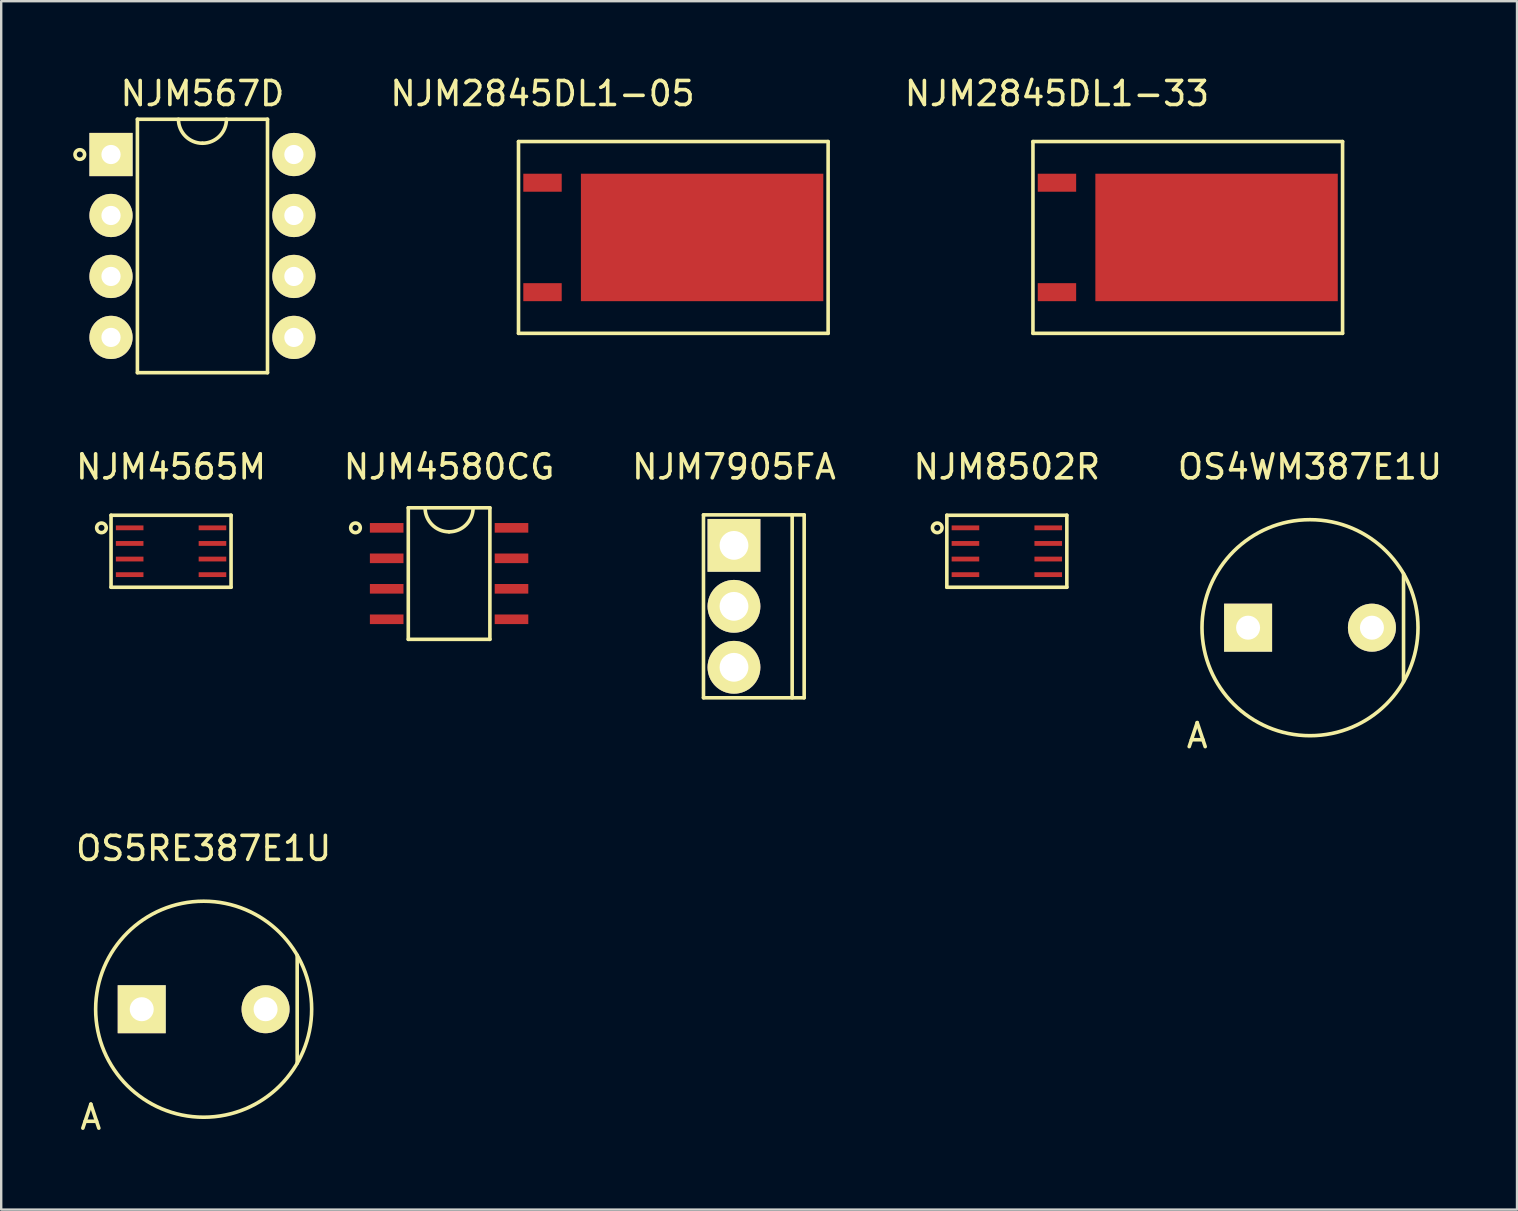
<source format=kicad_pcb>
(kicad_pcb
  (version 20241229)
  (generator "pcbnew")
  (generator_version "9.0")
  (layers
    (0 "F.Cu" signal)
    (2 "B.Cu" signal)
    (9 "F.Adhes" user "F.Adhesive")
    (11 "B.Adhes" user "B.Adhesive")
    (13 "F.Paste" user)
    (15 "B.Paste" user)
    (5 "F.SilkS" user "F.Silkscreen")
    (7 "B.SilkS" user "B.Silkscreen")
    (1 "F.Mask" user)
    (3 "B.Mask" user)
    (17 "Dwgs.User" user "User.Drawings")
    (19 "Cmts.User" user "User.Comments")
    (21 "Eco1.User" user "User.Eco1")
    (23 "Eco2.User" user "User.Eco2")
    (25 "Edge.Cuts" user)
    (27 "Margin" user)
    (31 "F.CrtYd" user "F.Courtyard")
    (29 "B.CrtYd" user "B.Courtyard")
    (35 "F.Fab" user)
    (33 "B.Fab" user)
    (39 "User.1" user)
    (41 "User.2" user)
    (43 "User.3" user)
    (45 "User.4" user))
  (footprint "NJM8502R"
    (layer "F.Cu")
    (at 37.174 18.942)
    (property "Reference" "NJM8502R" (at 1.725 -2.54 0) (layer "F.SilkS") (effects (font (size 1 1) (thickness 0.15))))
    (attr through_hole)
    (fp_line (start -0.775 -0.525) (end 4.225 -0.525) (stroke (width 0.15) (type solid)) (layer "F.SilkS"))
    (fp_line (start -0.775 2.475) (end -0.775 -0.525) (stroke (width 0.15) (type solid)) (layer "F.SilkS"))
    (fp_line (start 4.225 -0.525) (end 4.225 2.475) (stroke (width 0.15) (type solid)) (layer "F.SilkS"))
    (fp_line (start 4.225 2.475) (end -0.775 2.475) (stroke (width 0.15) (type solid)) (layer "F.SilkS"))
    (fp_circle (center -1.175 0) (end -1.175 0.2) (stroke (width 0.15) (type solid)) (fill no) (layer "F.SilkS"))
    (pad "1" smd rect (at 0 0) (size 1.15 0.2) (layers "F.Cu" "F.Mask" "F.Paste"))
    (pad "2" smd rect (at 0 0.65) (size 1.15 0.2) (layers "F.Cu" "F.Mask" "F.Paste"))
    (pad "3" smd rect (at 0 1.3) (size 1.15 0.2) (layers "F.Cu" "F.Mask" "F.Paste"))
    (pad "4" smd rect (at 0 1.95) (size 1.15 0.2) (layers "F.Cu" "F.Mask" "F.Paste"))
    (pad "5" smd rect (at 3.45 1.95) (size 1.15 0.2) (layers "F.Cu" "F.Mask" "F.Paste"))
    (pad "6" smd rect (at 3.45 1.3) (size 1.15 0.2) (layers "F.Cu" "F.Mask" "F.Paste"))
    (pad "7" smd rect (at 3.45 0.65) (size 1.15 0.2) (layers "F.Cu" "F.Mask" "F.Paste"))
    (pad "8" smd rect (at 3.45 0) (size 1.15 0.2) (layers "F.Cu" "F.Mask" "F.Paste")))
  (footprint "NJM567D"
    (layer "F.Cu")
    (at 1.575 3.388)
    (property "Reference" "NJM567D" (at 3.81 -2.54 0) (layer "F.SilkS") (effects (font (size 1 1) (thickness 0.15))))
    (attr through_hole)
    (fp_line (start 1.1 -1.47) (end 6.52 -1.47) (stroke (width 0.15) (type solid)) (layer "F.SilkS"))
    (fp_line (start 1.1 9.09) (end 1.1 -1.47) (stroke (width 0.15) (type solid)) (layer "F.SilkS"))
    (fp_line (start 6.52 -1.47) (end 6.52 9.09) (stroke (width 0.15) (type solid)) (layer "F.SilkS"))
    (fp_line (start 6.52 9.09) (end 1.1 9.09) (stroke (width 0.15) (type solid)) (layer "F.SilkS"))
    (fp_arc (start 3.81 -0.47) (mid 3.102893 -0.762893) (end 2.81 -1.47) (stroke (width 0.15) (type solid)) (layer "F.SilkS"))
    (fp_arc (start 4.81 -1.47) (mid 4.517107 -0.762893) (end 3.81 -0.47) (stroke (width 0.15) (type solid)) (layer "F.SilkS"))
    (fp_circle (center -1.3 0) (end -1.3 0.2) (stroke (width 0.15) (type solid)) (fill no) (layer "F.SilkS"))
    (pad "1" thru_hole rect (at 0 0) (size 1.8 1.8) (drill 0.8) (layers "*.Cu" "*.Mask" "F.SilkS"))
    (pad "2" thru_hole circle (at 0 2.54) (size 1.8 1.8) (drill 0.8) (layers "*.Cu" "*.Mask" "F.SilkS"))
    (pad "3" thru_hole circle (at 0 5.08) (size 1.8 1.8) (drill 0.8) (layers "*.Cu" "*.Mask" "F.SilkS"))
    (pad "4" thru_hole circle (at 0 7.62) (size 1.8 1.8) (drill 0.8) (layers "*.Cu" "*.Mask" "F.SilkS"))
    (pad "5" thru_hole circle (at 7.62 7.62) (size 1.8 1.8) (drill 0.8) (layers "*.Cu" "*.Mask" "F.SilkS"))
    (pad "6" thru_hole circle (at 7.62 5.08) (size 1.8 1.8) (drill 0.8) (layers "*.Cu" "*.Mask" "F.SilkS"))
    (pad "7" thru_hole circle (at 7.62 2.54) (size 1.8 1.8) (drill 0.8) (layers "*.Cu" "*.Mask" "F.SilkS"))
    (pad "8" thru_hole circle (at 7.62 0) (size 1.8 1.8) (drill 0.8) (layers "*.Cu" "*.Mask" "F.SilkS")))
  (footprint "OS5RE387E1U"
    (layer "F.Cu")
    (at 2.855 38.998)
    (property "Reference" "OS5RE387E1U" (at 2.58 -6.7 0) (layer "F.SilkS") (effects (font (size 1 1) (thickness 0.15))))
    (attr through_hole)
    (fp_line (start 6.477 2.25) (end 6.477 -2.25) (stroke (width 0.15) (type solid)) (layer "F.SilkS"))
    (fp_circle (center 2.58 0) (end 2.58 -4.5) (stroke (width 0.15) (type solid)) (fill no) (layer "F.SilkS"))
    (fp_text user "A" (at -2.12 4.5 0) (layer "F.SilkS") (effects (font (size 1 1) (thickness 0.15))))
    (pad "1" thru_hole rect (at 0 0) (size 2 2) (drill 1) (layers "*.Cu" "*.Mask" "F.SilkS"))
    (pad "2" thru_hole circle (at 5.16 0) (size 2 2) (drill 1) (layers "*.Cu" "*.Mask" "F.SilkS")))
  (footprint "NJM7905FA"
    (layer "F.Cu")
    (at 27.53 19.672)
    (property "Reference" "NJM7905FA" (at 0 -3.27 0) (layer "F.SilkS") (effects (font (size 1 1) (thickness 0.15))))
    (attr through_hole)
    (fp_line (start -1.27 -1.27) (end -1.27 6.35) (stroke (width 0.15) (type solid)) (layer "F.SilkS"))
    (fp_line (start -1.27 -1.27) (end 2.925 -1.27) (stroke (width 0.15) (type solid)) (layer "F.SilkS"))
    (fp_line (start -1.27 6.35) (end 2.925 6.35) (stroke (width 0.15) (type solid)) (layer "F.SilkS"))
    (fp_line (start 2.425 -1.27) (end 2.425 6.35) (stroke (width 0.15) (type solid)) (layer "F.SilkS"))
    (fp_line (start 2.925 -1.27) (end 2.925 6.35) (stroke (width 0.15) (type solid)) (layer "F.SilkS"))
    (pad "1" thru_hole rect (at 0 0) (size 2.2 2.2) (drill 1.2) (layers "*.Cu" "*.Mask" "F.SilkS"))
    (pad "2" thru_hole circle (at 0 2.54) (size 2.2 2.2) (drill 1.2) (layers "*.Cu" "*.Mask" "F.SilkS"))
    (pad "3" thru_hole circle (at 0 5.08) (size 2.2 2.2) (drill 1.2) (layers "*.Cu" "*.Mask" "F.SilkS")))
  (footprint "NJM4565M"
    (layer "F.Cu")
    (at 2.352 18.942)
    (property "Reference" "NJM4565M" (at 1.725 -2.54 0) (layer "F.SilkS") (effects (font (size 1 1) (thickness 0.15))))
    (attr through_hole)
    (fp_line (start -0.775 -0.525) (end 4.225 -0.525) (stroke (width 0.15) (type solid)) (layer "F.SilkS"))
    (fp_line (start -0.775 2.475) (end -0.775 -0.525) (stroke (width 0.15) (type solid)) (layer "F.SilkS"))
    (fp_line (start 4.225 -0.525) (end 4.225 2.475) (stroke (width 0.15) (type solid)) (layer "F.SilkS"))
    (fp_line (start 4.225 2.475) (end -0.775 2.475) (stroke (width 0.15) (type solid)) (layer "F.SilkS"))
    (fp_circle (center -1.175 0) (end -1.175 0.2) (stroke (width 0.15) (type solid)) (fill no) (layer "F.SilkS"))
    (pad "1" smd rect (at 0 0) (size 1.15 0.2) (layers "F.Cu" "F.Mask" "F.Paste"))
    (pad "2" smd rect (at 0 0.65) (size 1.15 0.2) (layers "F.Cu" "F.Mask" "F.Paste"))
    (pad "3" smd rect (at 0 1.3) (size 1.15 0.2) (layers "F.Cu" "F.Mask" "F.Paste"))
    (pad "4" smd rect (at 0 1.95) (size 1.15 0.2) (layers "F.Cu" "F.Mask" "F.Paste"))
    (pad "5" smd rect (at 3.45 1.95) (size 1.15 0.2) (layers "F.Cu" "F.Mask" "F.Paste"))
    (pad "6" smd rect (at 3.45 1.3) (size 1.15 0.2) (layers "F.Cu" "F.Mask" "F.Paste"))
    (pad "7" smd rect (at 3.45 0.65) (size 1.15 0.2) (layers "F.Cu" "F.Mask" "F.Paste"))
    (pad "8" smd rect (at 3.45 0) (size 1.15 0.2) (layers "F.Cu" "F.Mask" "F.Paste")))
  (footprint "NJM2845DL1-33"
    (layer "F.Cu")
    (at 40.987 4.563)
    (property "Reference" "NJM2845DL1-33" (at 0 -3.715 0) (layer "F.SilkS") (effects (font (size 1 1) (thickness 0.15))))
    (attr through_hole)
    (fp_line (start -1 -1.715) (end -1 6.275) (stroke (width 0.15) (type solid)) (layer "F.SilkS"))
    (fp_line (start -1 -1.715) (end 11.9 -1.715) (stroke (width 0.15) (type solid)) (layer "F.SilkS"))
    (fp_line (start -1 6.275) (end 11.9 6.275) (stroke (width 0.15) (type solid)) (layer "F.SilkS"))
    (fp_line (start 11.9 6.275) (end 11.9 -1.715) (stroke (width 0.15) (type solid)) (layer "F.SilkS"))
    (pad "1" smd rect (at 0 0) (size 1.6 0.75) (layers "F.Cu" "F.Mask" "F.Paste"))
    (pad "3" smd rect (at 0 4.56) (size 1.6 0.75) (layers "F.Cu" "F.Mask" "F.Paste"))
    (pad "4" smd rect (at 6.65 2.28) (size 10.1 5.31) (layers "F.Cu" "F.Mask" "F.Paste")))
  (footprint "NJM2845DL1-05"
    (layer "F.Cu")
    (at 19.553 4.563)
    (property "Reference" "NJM2845DL1-05" (at 0 -3.715 0) (layer "F.SilkS") (effects (font (size 1 1) (thickness 0.15))))
    (attr through_hole)
    (fp_line (start -1 -1.715) (end -1 6.275) (stroke (width 0.15) (type solid)) (layer "F.SilkS"))
    (fp_line (start -1 -1.715) (end 11.9 -1.715) (stroke (width 0.15) (type solid)) (layer "F.SilkS"))
    (fp_line (start -1 6.275) (end 11.9 6.275) (stroke (width 0.15) (type solid)) (layer "F.SilkS"))
    (fp_line (start 11.9 6.275) (end 11.9 -1.715) (stroke (width 0.15) (type solid)) (layer "F.SilkS"))
    (pad "1" smd rect (at 0 0) (size 1.6 0.75) (layers "F.Cu" "F.Mask" "F.Paste"))
    (pad "3" smd rect (at 0 4.56) (size 1.6 0.75) (layers "F.Cu" "F.Mask" "F.Paste"))
    (pad "4" smd rect (at 6.65 2.28) (size 10.1 5.31) (layers "F.Cu" "F.Mask" "F.Paste")))
  (footprint "OS4WM387E1U"
    (layer "F.Cu")
    (at 48.95 23.102)
    (property "Reference" "OS4WM387E1U" (at 2.58 -6.7 0) (layer "F.SilkS") (effects (font (size 1 1) (thickness 0.15))))
    (attr through_hole)
    (fp_line (start 6.477 2.25) (end 6.477 -2.25) (stroke (width 0.15) (type solid)) (layer "F.SilkS"))
    (fp_circle (center 2.58 0) (end 2.58 -4.5) (stroke (width 0.15) (type solid)) (fill no) (layer "F.SilkS"))
    (fp_text user "A" (at -2.12 4.5 0) (layer "F.SilkS") (effects (font (size 1 1) (thickness 0.15))))
    (pad "1" thru_hole rect (at 0 0) (size 2 2) (drill 1) (layers "*.Cu" "*.Mask" "F.SilkS"))
    (pad "2" thru_hole circle (at 5.16 0) (size 2 2) (drill 1) (layers "*.Cu" "*.Mask" "F.SilkS")))
  (footprint "NJM4580CG"
    (layer "F.Cu")
    (at 13.061 18.942)
    (property "Reference" "NJM4580CG" (at 2.6 -2.54 0) (layer "F.SilkS") (effects (font (size 1 1) (thickness 0.15))))
    (attr through_hole)
    (fp_line (start 0.9 -0.835) (end 4.3 -0.835) (stroke (width 0.15) (type solid)) (layer "F.SilkS"))
    (fp_line (start 0.9 4.645) (end 0.9 -0.835) (stroke (width 0.15) (type solid)) (layer "F.SilkS"))
    (fp_line (start 4.3 -0.835) (end 4.3 4.645) (stroke (width 0.15) (type solid)) (layer "F.SilkS"))
    (fp_line (start 4.3 4.645) (end 0.9 4.645) (stroke (width 0.15) (type solid)) (layer "F.SilkS"))
    (fp_arc (start 2.6 0.165) (mid 1.892893 -0.127893) (end 1.6 -0.835) (stroke (width 0.15) (type solid)) (layer "F.SilkS"))
    (fp_arc (start 3.6 -0.835) (mid 3.307107 -0.127893) (end 2.6 0.165) (stroke (width 0.15) (type solid)) (layer "F.SilkS"))
    (fp_circle (center -1.3 0) (end -1.3 0.2) (stroke (width 0.15) (type solid)) (fill no) (layer "F.SilkS"))
    (pad "1" smd rect (at 0 0) (size 1.4 0.4) (layers "F.Cu" "F.Mask" "F.Paste"))
    (pad "2" smd rect (at 0 1.27) (size 1.4 0.4) (layers "F.Cu" "F.Mask" "F.Paste"))
    (pad "3" smd rect (at 0 2.54) (size 1.4 0.4) (layers "F.Cu" "F.Mask" "F.Paste"))
    (pad "4" smd rect (at 0 3.81) (size 1.4 0.4) (layers "F.Cu" "F.Mask" "F.Paste"))
    (pad "5" smd rect (at 5.2 3.81) (size 1.4 0.4) (layers "F.Cu" "F.Mask" "F.Paste"))
    (pad "6" smd rect (at 5.2 2.54) (size 1.4 0.4) (layers "F.Cu" "F.Mask" "F.Paste"))
    (pad "7" smd rect (at 5.2 1.27) (size 1.4 0.4) (layers "F.Cu" "F.Mask" "F.Paste"))
    (pad "8" smd rect (at 5.2 0) (size 1.4 0.4) (layers "F.Cu" "F.Mask" "F.Paste")))
  (gr_rect
    (start -3 -3)
    (end 60.155 47.346)
    (stroke (width 0.1) (type default))
    (fill no)
    (layer "Edge.Cuts")))
</source>
